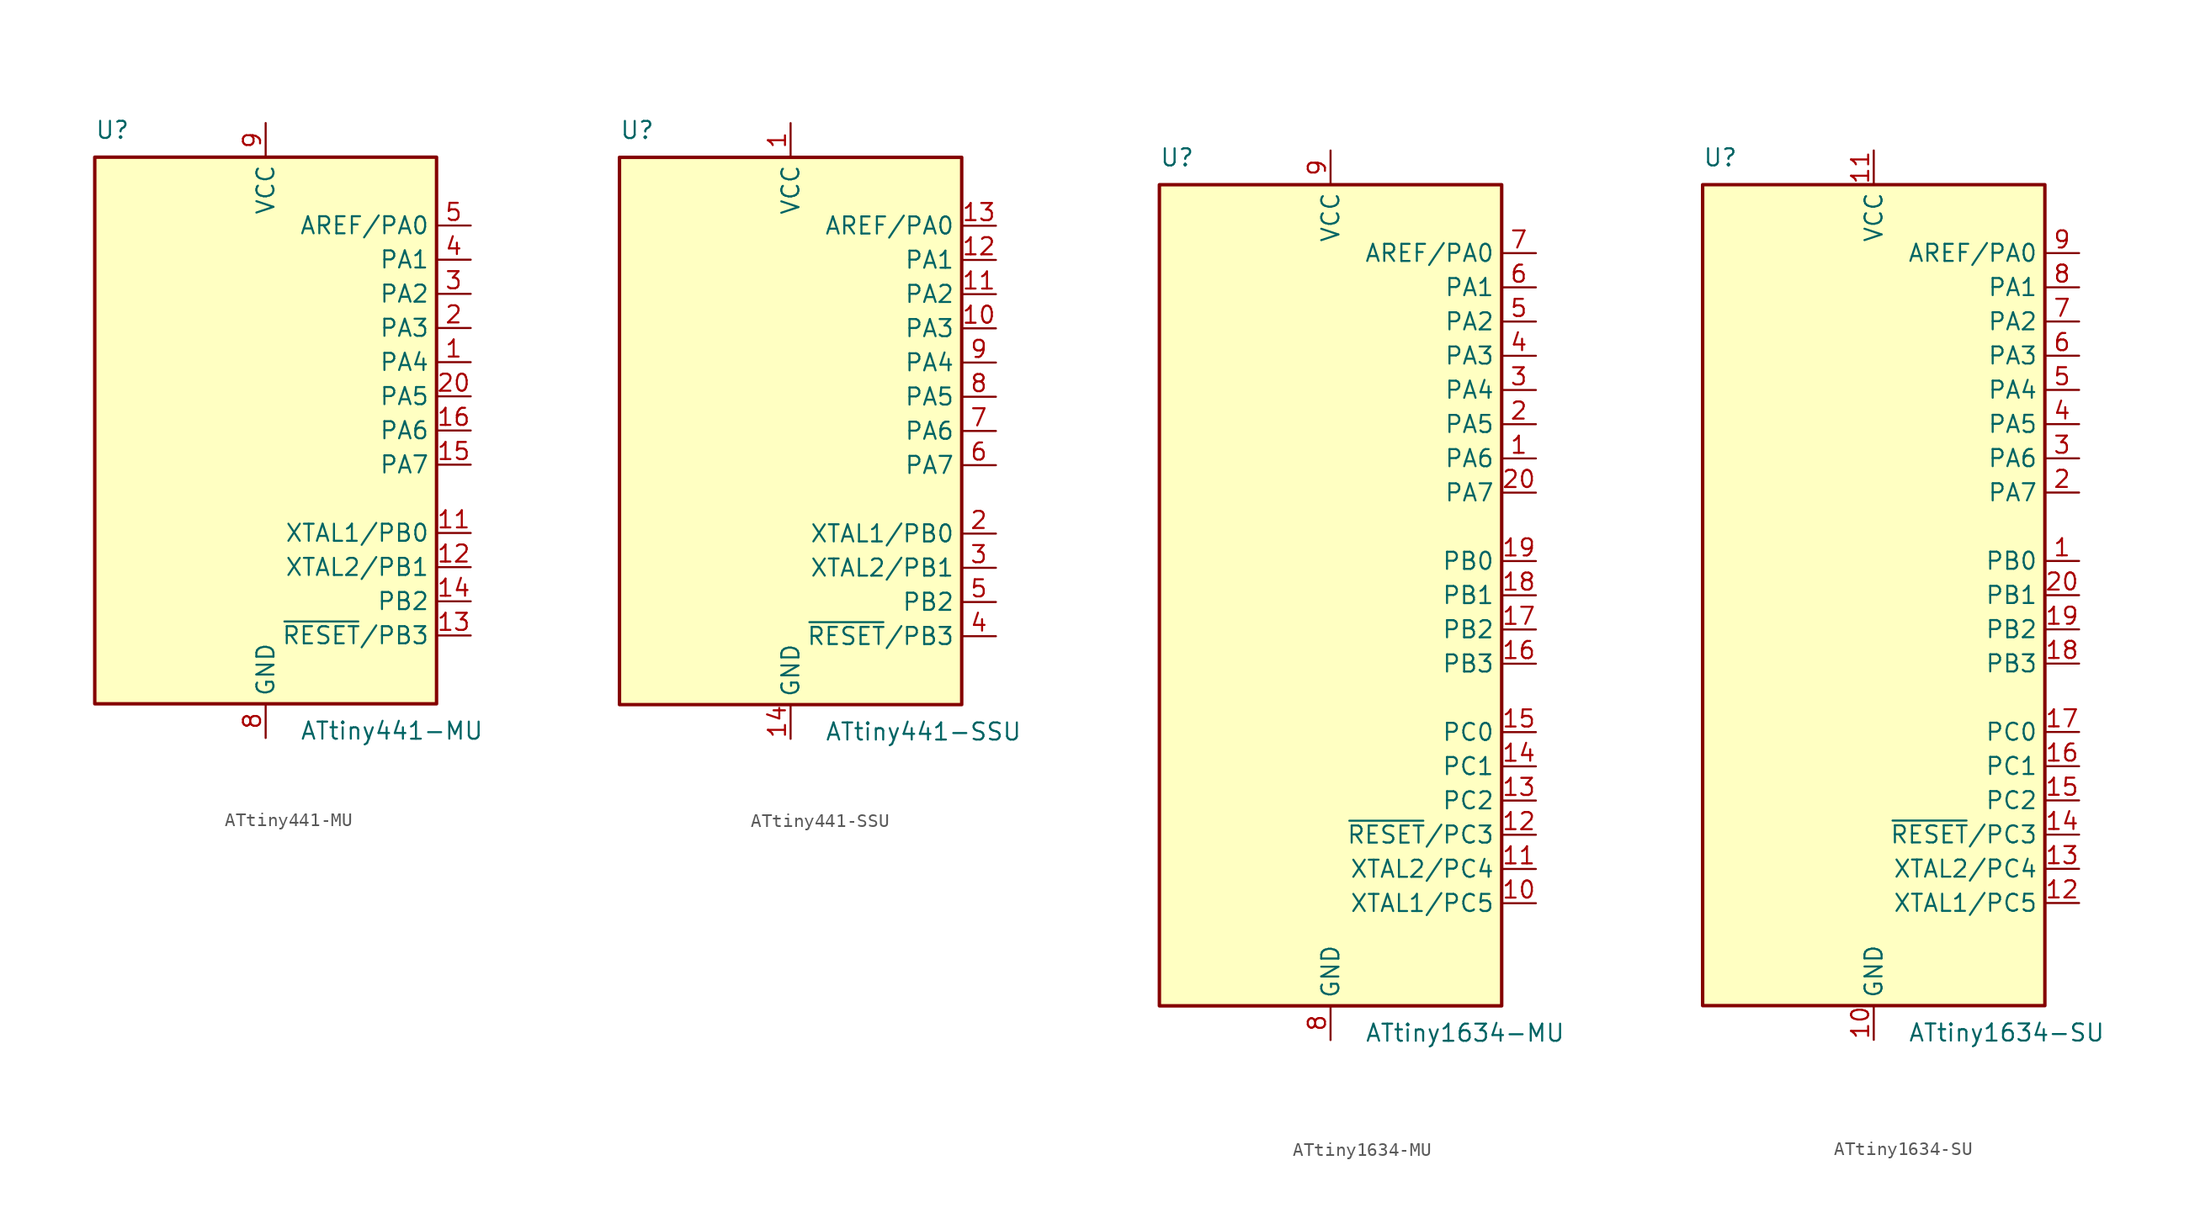
<source format=kicad_sym>
(kicad_symbol_lib
  (version 20211014)
  (generator kicad_symbol_editor)
  (symbol "ATtiny441-MU"
    (property "Reference" "U"
      (at -12.7 21.59 0)
      (effects (font (size 1.27 1.27)) (justify left bottom)))
    (property "Value" "ATtiny441-MU"
      (at 2.54 -21.59 0)
      (effects (font (size 1.27 1.27)) (justify left top)))
    (symbol "ATtiny441-MU_0_1"
      (rectangle (start -12.7 -20.32) (end 12.7 20.32) (stroke (width 0.254) (type default) (color 0 0 0 0)) (fill (type background))))
    (symbol "ATtiny441-MU_1_1"
      (pin bidirectional line (at 15.24 5.08 180) (length 2.54) (name "PA4" (effects (font (size 1.27 1.27)))) (number "1" (effects (font (size 1.27 1.27)))))
      (pin no_connect line (at -12.7 -10.16 0) (length 2.54) hide (name "NC" (effects (font (size 1.27 1.27)))) (number "10" (effects (font (size 1.27 1.27)))))
      (pin bidirectional line (at 15.24 -7.62 180) (length 2.54) (name "XTAL1/PB0" (effects (font (size 1.27 1.27)))) (number "11" (effects (font (size 1.27 1.27)))))
      (pin bidirectional line (at 15.24 -10.16 180) (length 2.54) (name "XTAL2/PB1" (effects (font (size 1.27 1.27)))) (number "12" (effects (font (size 1.27 1.27)))))
      (pin bidirectional line (at 15.24 -15.24 180) (length 2.54) (name "~{RESET}/PB3" (effects (font (size 1.27 1.27)))) (number "13" (effects (font (size 1.27 1.27)))))
      (pin bidirectional line (at 15.24 -12.7 180) (length 2.54) (name "PB2" (effects (font (size 1.27 1.27)))) (number "14" (effects (font (size 1.27 1.27)))))
      (pin bidirectional line (at 15.24 -2.54 180) (length 2.54) (name "PA7" (effects (font (size 1.27 1.27)))) (number "15" (effects (font (size 1.27 1.27)))))
      (pin bidirectional line (at 15.24 0 180) (length 2.54) (name "PA6" (effects (font (size 1.27 1.27)))) (number "16" (effects (font (size 1.27 1.27)))))
      (pin no_connect line (at -12.7 -12.7 0) (length 2.54) hide (name "NC" (effects (font (size 1.27 1.27)))) (number "17" (effects (font (size 1.27 1.27)))))
      (pin no_connect line (at -12.7 -15.24 0) (length 2.54) hide (name "NC" (effects (font (size 1.27 1.27)))) (number "18" (effects (font (size 1.27 1.27)))))
      (pin no_connect line (at -12.7 -17.78 0) (length 2.54) hide (name "NC" (effects (font (size 1.27 1.27)))) (number "19" (effects (font (size 1.27 1.27)))))
      (pin bidirectional line (at 15.24 7.62 180) (length 2.54) (name "PA3" (effects (font (size 1.27 1.27)))) (number "2" (effects (font (size 1.27 1.27)))))
      (pin bidirectional line (at 15.24 2.54 180) (length 2.54) (name "PA5" (effects (font (size 1.27 1.27)))) (number "20" (effects (font (size 1.27 1.27)))))
      (pin passive line (at 0 -22.86 90) (length 2.54) hide (name "GND" (effects (font (size 1.27 1.27)))) (number "21" (effects (font (size 1.27 1.27)))))
      (pin bidirectional line (at 15.24 10.16 180) (length 2.54) (name "PA2" (effects (font (size 1.27 1.27)))) (number "3" (effects (font (size 1.27 1.27)))))
      (pin bidirectional line (at 15.24 12.7 180) (length 2.54) (name "PA1" (effects (font (size 1.27 1.27)))) (number "4" (effects (font (size 1.27 1.27)))))
      (pin bidirectional line (at 15.24 15.24 180) (length 2.54) (name "AREF/PA0" (effects (font (size 1.27 1.27)))) (number "5" (effects (font (size 1.27 1.27)))))
      (pin no_connect line (at -12.7 -5.08 0) (length 2.54) hide (name "NC" (effects (font (size 1.27 1.27)))) (number "6" (effects (font (size 1.27 1.27)))))
      (pin no_connect line (at -12.7 -7.62 0) (length 2.54) hide (name "NC" (effects (font (size 1.27 1.27)))) (number "7" (effects (font (size 1.27 1.27)))))
      (pin power_in line (at 0 -22.86 90) (length 2.54) (name "GND" (effects (font (size 1.27 1.27)))) (number "8" (effects (font (size 1.27 1.27)))))
      (pin power_in line (at 0 22.86 270) (length 2.54) (name "VCC" (effects (font (size 1.27 1.27)))) (number "9" (effects (font (size 1.27 1.27)))))))
  (symbol "ATtiny441-SSU"
    (property "Reference" "U"
      (at -12.7 21.59 0)
      (effects (font (size 1.27 1.27)) (justify left bottom)))
    (property "Value" "ATtiny441-SSU"
      (at 2.54 -21.59 0)
      (effects (font (size 1.27 1.27)) (justify left top)))
    (symbol "ATtiny441-SSU_0_1"
      (rectangle (start -12.7 -20.32) (end 12.7 20.32) (stroke (width 0.254) (type default) (color 0 0 0 0)) (fill (type background))))
    (symbol "ATtiny441-SSU_1_1"
      (pin power_in line (at 0 22.86 270) (length 2.54) (name "VCC" (effects (font (size 1.27 1.27)))) (number "1" (effects (font (size 1.27 1.27)))))
      (pin bidirectional line (at 15.24 7.62 180) (length 2.54) (name "PA3" (effects (font (size 1.27 1.27)))) (number "10" (effects (font (size 1.27 1.27)))))
      (pin bidirectional line (at 15.24 10.16 180) (length 2.54) (name "PA2" (effects (font (size 1.27 1.27)))) (number "11" (effects (font (size 1.27 1.27)))))
      (pin bidirectional line (at 15.24 12.7 180) (length 2.54) (name "PA1" (effects (font (size 1.27 1.27)))) (number "12" (effects (font (size 1.27 1.27)))))
      (pin bidirectional line (at 15.24 15.24 180) (length 2.54) (name "AREF/PA0" (effects (font (size 1.27 1.27)))) (number "13" (effects (font (size 1.27 1.27)))))
      (pin power_in line (at 0 -22.86 90) (length 2.54) (name "GND" (effects (font (size 1.27 1.27)))) (number "14" (effects (font (size 1.27 1.27)))))
      (pin bidirectional line (at 15.24 -7.62 180) (length 2.54) (name "XTAL1/PB0" (effects (font (size 1.27 1.27)))) (number "2" (effects (font (size 1.27 1.27)))))
      (pin bidirectional line (at 15.24 -10.16 180) (length 2.54) (name "XTAL2/PB1" (effects (font (size 1.27 1.27)))) (number "3" (effects (font (size 1.27 1.27)))))
      (pin bidirectional line (at 15.24 -15.24 180) (length 2.54) (name "~{RESET}/PB3" (effects (font (size 1.27 1.27)))) (number "4" (effects (font (size 1.27 1.27)))))
      (pin bidirectional line (at 15.24 -12.7 180) (length 2.54) (name "PB2" (effects (font (size 1.27 1.27)))) (number "5" (effects (font (size 1.27 1.27)))))
      (pin bidirectional line (at 15.24 -2.54 180) (length 2.54) (name "PA7" (effects (font (size 1.27 1.27)))) (number "6" (effects (font (size 1.27 1.27)))))
      (pin bidirectional line (at 15.24 0 180) (length 2.54) (name "PA6" (effects (font (size 1.27 1.27)))) (number "7" (effects (font (size 1.27 1.27)))))
      (pin bidirectional line (at 15.24 2.54 180) (length 2.54) (name "PA5" (effects (font (size 1.27 1.27)))) (number "8" (effects (font (size 1.27 1.27)))))
      (pin bidirectional line (at 15.24 5.08 180) (length 2.54) (name "PA4" (effects (font (size 1.27 1.27)))) (number "9" (effects (font (size 1.27 1.27)))))))
  (symbol "ATtiny1634-MU"
    (property "Reference" "U"
      (at -12.7 31.75 0)
      (effects (font (size 1.27 1.27)) (justify left bottom)))
    (property "Value" "ATtiny1634-MU"
      (at 2.54 -31.75 0)
      (effects (font (size 1.27 1.27)) (justify left top)))
    (symbol "ATtiny1634-MU_0_1"
      (rectangle (start -12.7 -30.48) (end 12.7 30.48) (stroke (width 0.254) (type default) (color 0 0 0 0)) (fill (type background))))
    (symbol "ATtiny1634-MU_1_1"
      (pin bidirectional line (at 15.24 10.16 180) (length 2.54) (name "PA6" (effects (font (size 1.27 1.27)))) (number "1" (effects (font (size 1.27 1.27)))))
      (pin bidirectional line (at 15.24 -22.86 180) (length 2.54) (name "XTAL1/PC5" (effects (font (size 1.27 1.27)))) (number "10" (effects (font (size 1.27 1.27)))))
      (pin bidirectional line (at 15.24 -20.32 180) (length 2.54) (name "XTAL2/PC4" (effects (font (size 1.27 1.27)))) (number "11" (effects (font (size 1.27 1.27)))))
      (pin bidirectional line (at 15.24 -17.78 180) (length 2.54) (name "~{RESET}/PC3" (effects (font (size 1.27 1.27)))) (number "12" (effects (font (size 1.27 1.27)))))
      (pin bidirectional line (at 15.24 -15.24 180) (length 2.54) (name "PC2" (effects (font (size 1.27 1.27)))) (number "13" (effects (font (size 1.27 1.27)))))
      (pin bidirectional line (at 15.24 -12.7 180) (length 2.54) (name "PC1" (effects (font (size 1.27 1.27)))) (number "14" (effects (font (size 1.27 1.27)))))
      (pin bidirectional line (at 15.24 -10.16 180) (length 2.54) (name "PC0" (effects (font (size 1.27 1.27)))) (number "15" (effects (font (size 1.27 1.27)))))
      (pin bidirectional line (at 15.24 -5.08 180) (length 2.54) (name "PB3" (effects (font (size 1.27 1.27)))) (number "16" (effects (font (size 1.27 1.27)))))
      (pin bidirectional line (at 15.24 -2.54 180) (length 2.54) (name "PB2" (effects (font (size 1.27 1.27)))) (number "17" (effects (font (size 1.27 1.27)))))
      (pin bidirectional line (at 15.24 0 180) (length 2.54) (name "PB1" (effects (font (size 1.27 1.27)))) (number "18" (effects (font (size 1.27 1.27)))))
      (pin bidirectional line (at 15.24 2.54 180) (length 2.54) (name "PB0" (effects (font (size 1.27 1.27)))) (number "19" (effects (font (size 1.27 1.27)))))
      (pin bidirectional line (at 15.24 12.7 180) (length 2.54) (name "PA5" (effects (font (size 1.27 1.27)))) (number "2" (effects (font (size 1.27 1.27)))))
      (pin bidirectional line (at 15.24 7.62 180) (length 2.54) (name "PA7" (effects (font (size 1.27 1.27)))) (number "20" (effects (font (size 1.27 1.27)))))
      (pin passive line (at 0 -33.02 90) (length 2.54) hide (name "GND" (effects (font (size 1.27 1.27)))) (number "21" (effects (font (size 1.27 1.27)))))
      (pin bidirectional line (at 15.24 15.24 180) (length 2.54) (name "PA4" (effects (font (size 1.27 1.27)))) (number "3" (effects (font (size 1.27 1.27)))))
      (pin bidirectional line (at 15.24 17.78 180) (length 2.54) (name "PA3" (effects (font (size 1.27 1.27)))) (number "4" (effects (font (size 1.27 1.27)))))
      (pin bidirectional line (at 15.24 20.32 180) (length 2.54) (name "PA2" (effects (font (size 1.27 1.27)))) (number "5" (effects (font (size 1.27 1.27)))))
      (pin bidirectional line (at 15.24 22.86 180) (length 2.54) (name "PA1" (effects (font (size 1.27 1.27)))) (number "6" (effects (font (size 1.27 1.27)))))
      (pin bidirectional line (at 15.24 25.4 180) (length 2.54) (name "AREF/PA0" (effects (font (size 1.27 1.27)))) (number "7" (effects (font (size 1.27 1.27)))))
      (pin power_in line (at 0 -33.02 90) (length 2.54) (name "GND" (effects (font (size 1.27 1.27)))) (number "8" (effects (font (size 1.27 1.27)))))
      (pin power_in line (at 0 33.02 270) (length 2.54) (name "VCC" (effects (font (size 1.27 1.27)))) (number "9" (effects (font (size 1.27 1.27)))))))
  (symbol "ATtiny1634-SU"
    (property "Reference" "U"
      (at -12.7 31.75 0)
      (effects (font (size 1.27 1.27)) (justify left bottom)))
    (property "Value" "ATtiny1634-SU"
      (at 2.54 -31.75 0)
      (effects (font (size 1.27 1.27)) (justify left top)))
    (symbol "ATtiny1634-SU_0_1"
      (rectangle (start -12.7 -30.48) (end 12.7 30.48) (stroke (width 0.254) (type default) (color 0 0 0 0)) (fill (type background))))
    (symbol "ATtiny1634-SU_1_1"
      (pin bidirectional line (at 15.24 2.54 180) (length 2.54) (name "PB0" (effects (font (size 1.27 1.27)))) (number "1" (effects (font (size 1.27 1.27)))))
      (pin power_in line (at 0 -33.02 90) (length 2.54) (name "GND" (effects (font (size 1.27 1.27)))) (number "10" (effects (font (size 1.27 1.27)))))
      (pin power_in line (at 0 33.02 270) (length 2.54) (name "VCC" (effects (font (size 1.27 1.27)))) (number "11" (effects (font (size 1.27 1.27)))))
      (pin bidirectional line (at 15.24 -22.86 180) (length 2.54) (name "XTAL1/PC5" (effects (font (size 1.27 1.27)))) (number "12" (effects (font (size 1.27 1.27)))))
      (pin bidirectional line (at 15.24 -20.32 180) (length 2.54) (name "XTAL2/PC4" (effects (font (size 1.27 1.27)))) (number "13" (effects (font (size 1.27 1.27)))))
      (pin bidirectional line (at 15.24 -17.78 180) (length 2.54) (name "~{RESET}/PC3" (effects (font (size 1.27 1.27)))) (number "14" (effects (font (size 1.27 1.27)))))
      (pin bidirectional line (at 15.24 -15.24 180) (length 2.54) (name "PC2" (effects (font (size 1.27 1.27)))) (number "15" (effects (font (size 1.27 1.27)))))
      (pin bidirectional line (at 15.24 -12.7 180) (length 2.54) (name "PC1" (effects (font (size 1.27 1.27)))) (number "16" (effects (font (size 1.27 1.27)))))
      (pin bidirectional line (at 15.24 -10.16 180) (length 2.54) (name "PC0" (effects (font (size 1.27 1.27)))) (number "17" (effects (font (size 1.27 1.27)))))
      (pin bidirectional line (at 15.24 -5.08 180) (length 2.54) (name "PB3" (effects (font (size 1.27 1.27)))) (number "18" (effects (font (size 1.27 1.27)))))
      (pin bidirectional line (at 15.24 -2.54 180) (length 2.54) (name "PB2" (effects (font (size 1.27 1.27)))) (number "19" (effects (font (size 1.27 1.27)))))
      (pin bidirectional line (at 15.24 7.62 180) (length 2.54) (name "PA7" (effects (font (size 1.27 1.27)))) (number "2" (effects (font (size 1.27 1.27)))))
      (pin bidirectional line (at 15.24 0 180) (length 2.54) (name "PB1" (effects (font (size 1.27 1.27)))) (number "20" (effects (font (size 1.27 1.27)))))
      (pin bidirectional line (at 15.24 10.16 180) (length 2.54) (name "PA6" (effects (font (size 1.27 1.27)))) (number "3" (effects (font (size 1.27 1.27)))))
      (pin bidirectional line (at 15.24 12.7 180) (length 2.54) (name "PA5" (effects (font (size 1.27 1.27)))) (number "4" (effects (font (size 1.27 1.27)))))
      (pin bidirectional line (at 15.24 15.24 180) (length 2.54) (name "PA4" (effects (font (size 1.27 1.27)))) (number "5" (effects (font (size 1.27 1.27)))))
      (pin bidirectional line (at 15.24 17.78 180) (length 2.54) (name "PA3" (effects (font (size 1.27 1.27)))) (number "6" (effects (font (size 1.27 1.27)))))
      (pin bidirectional line (at 15.24 20.32 180) (length 2.54) (name "PA2" (effects (font (size 1.27 1.27)))) (number "7" (effects (font (size 1.27 1.27)))))
      (pin bidirectional line (at 15.24 22.86 180) (length 2.54) (name "PA1" (effects (font (size 1.27 1.27)))) (number "8" (effects (font (size 1.27 1.27)))))
      (pin bidirectional line (at 15.24 25.4 180) (length 2.54) (name "AREF/PA0" (effects (font (size 1.27 1.27)))) (number "9" (effects (font (size 1.27 1.27))))))))
</source>
